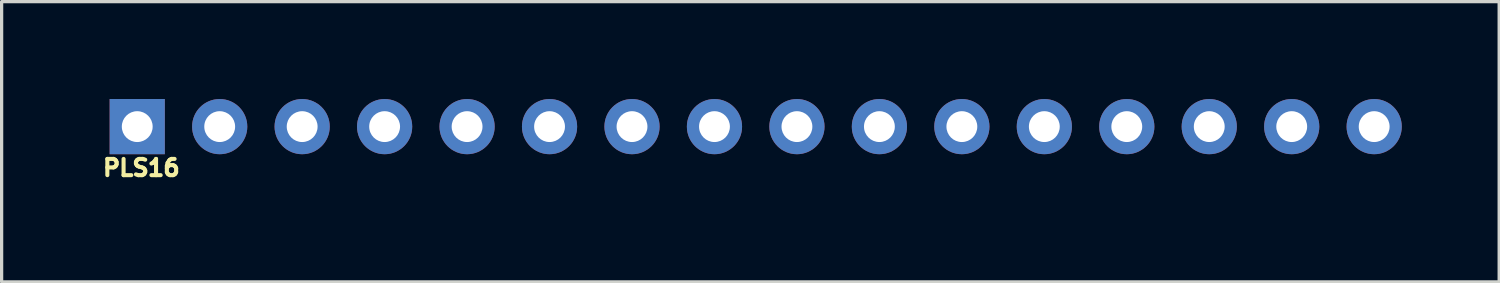
<source format=kicad_pcb>
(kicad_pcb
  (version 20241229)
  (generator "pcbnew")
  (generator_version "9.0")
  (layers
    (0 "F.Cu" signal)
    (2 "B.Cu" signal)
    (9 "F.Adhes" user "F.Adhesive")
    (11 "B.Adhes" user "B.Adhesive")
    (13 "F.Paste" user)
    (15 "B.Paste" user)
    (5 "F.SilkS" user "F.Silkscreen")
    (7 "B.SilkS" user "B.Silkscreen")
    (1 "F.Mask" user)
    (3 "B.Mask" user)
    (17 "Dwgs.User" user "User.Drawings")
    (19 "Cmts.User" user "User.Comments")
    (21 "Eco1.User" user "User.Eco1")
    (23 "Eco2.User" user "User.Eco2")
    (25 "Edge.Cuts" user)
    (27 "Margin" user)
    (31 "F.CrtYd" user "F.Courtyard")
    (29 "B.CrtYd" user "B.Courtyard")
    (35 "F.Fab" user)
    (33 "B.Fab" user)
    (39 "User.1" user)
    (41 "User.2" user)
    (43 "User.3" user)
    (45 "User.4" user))
  (footprint "PLS16"
    (layer "F.Cu")
    (at 1.177 0.85)
    (property "Reference" "PLS16" (at 0.127 1.27 0) (layer "F.SilkS") (effects (font (size 0.5 0.5) (thickness 0.125))))
    (attr through_hole)
    (pad "1" thru_hole rect (at 0 0) (size 1.7 1.7) (drill 0.95) (layers "*.Cu" "*.Mask"))
    (pad "2" thru_hole circle (at 2.54 0) (size 1.7 1.7) (drill 0.95) (layers "*.Cu" "*.Mask"))
    (pad "3" thru_hole circle (at 5.08 0) (size 1.7 1.7) (drill 0.95) (layers "*.Cu" "*.Mask"))
    (pad "4" thru_hole circle (at 7.62 0) (size 1.7 1.7) (drill 0.95) (layers "*.Cu" "*.Mask"))
    (pad "5" thru_hole circle (at 10.16 0) (size 1.7 1.7) (drill 0.95) (layers "*.Cu" "*.Mask"))
    (pad "6" thru_hole circle (at 12.7 0) (size 1.7 1.7) (drill 0.95) (layers "*.Cu" "*.Mask"))
    (pad "7" thru_hole circle (at 15.24 0) (size 1.7 1.7) (drill 0.95) (layers "*.Cu" "*.Mask"))
    (pad "8" thru_hole circle (at 17.78 0) (size 1.7 1.7) (drill 0.95) (layers "*.Cu" "*.Mask"))
    (pad "9" thru_hole circle (at 20.32 0) (size 1.7 1.7) (drill 0.95) (layers "*.Cu" "*.Mask"))
    (pad "10" thru_hole circle (at 22.86 0) (size 1.7 1.7) (drill 0.95) (layers "*.Cu" "*.Mask"))
    (pad "11" thru_hole circle (at 25.4 0) (size 1.7 1.7) (drill 0.95) (layers "*.Cu" "*.Mask"))
    (pad "12" thru_hole circle (at 27.94 0) (size 1.7 1.7) (drill 0.95) (layers "*.Cu" "*.Mask"))
    (pad "13" thru_hole circle (at 30.48 0) (size 1.7 1.7) (drill 0.95) (layers "*.Cu" "*.Mask"))
    (pad "14" thru_hole circle (at 33.02 0) (size 1.7 1.7) (drill 0.95) (layers "*.Cu" "*.Mask"))
    (pad "15" thru_hole circle (at 35.56 0) (size 1.7 1.7) (drill 0.95) (layers "*.Cu" "*.Mask"))
    (pad "16" thru_hole circle (at 38.1 0) (size 1.7 1.7) (drill 0.95) (layers "*.Cu" "*.Mask")))
  (gr_rect
    (start -3 -3)
    (end 43.127 5.632)
    (stroke (width 0.1) (type default))
    (fill no)
    (layer "Edge.Cuts")))
</source>
